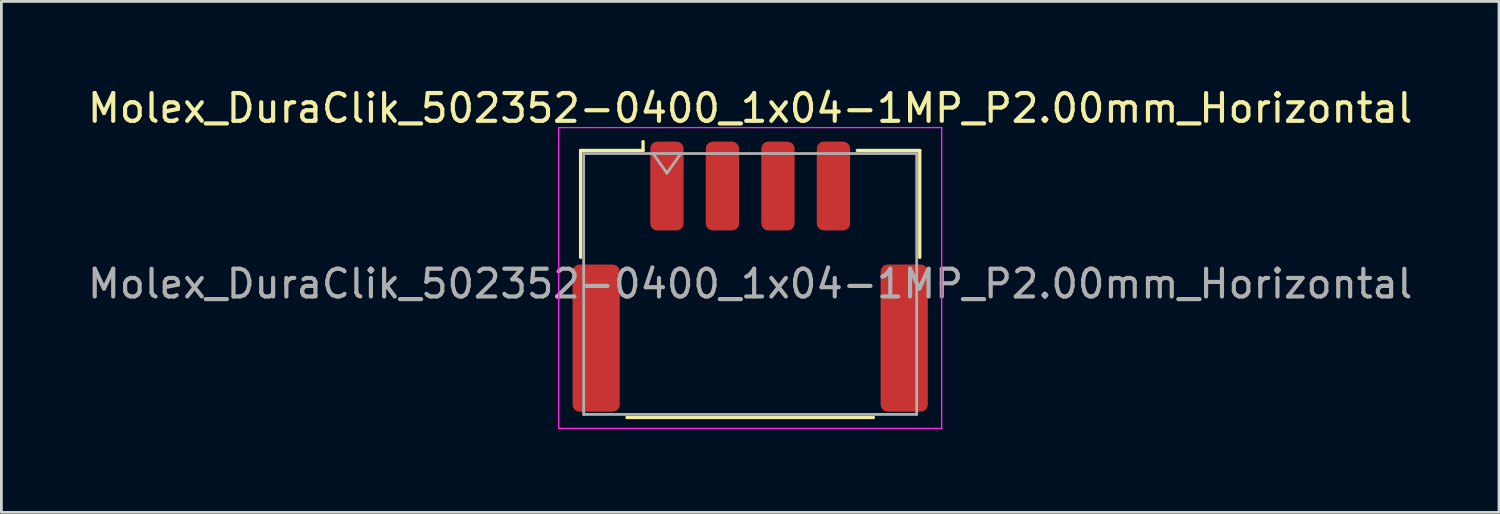
<source format=kicad_pcb>
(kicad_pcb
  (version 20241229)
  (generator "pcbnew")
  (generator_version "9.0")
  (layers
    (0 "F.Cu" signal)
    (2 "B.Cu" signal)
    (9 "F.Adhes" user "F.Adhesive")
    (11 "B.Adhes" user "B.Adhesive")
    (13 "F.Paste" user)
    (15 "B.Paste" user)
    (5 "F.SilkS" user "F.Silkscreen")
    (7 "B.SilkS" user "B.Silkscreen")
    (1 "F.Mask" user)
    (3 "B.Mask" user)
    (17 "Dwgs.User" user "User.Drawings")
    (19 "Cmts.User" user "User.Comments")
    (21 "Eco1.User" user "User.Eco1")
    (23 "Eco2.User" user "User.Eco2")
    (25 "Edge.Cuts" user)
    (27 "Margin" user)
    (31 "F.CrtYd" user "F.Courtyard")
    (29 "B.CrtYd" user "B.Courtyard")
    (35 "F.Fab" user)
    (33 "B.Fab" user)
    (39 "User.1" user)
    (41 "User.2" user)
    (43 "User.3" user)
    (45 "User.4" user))
  (footprint "Molex_DuraClik_502352-0400_1x04-1MP_P2.00mm_Horizontal"
    (layer "F.Cu")
    (at 23.982 6.918)
    (property "Reference" "Molex_DuraClik_502352-0400_1x04-1MP_P2.00mm_Horizontal" (at 0 -6.07 0) (layer "F.SilkS") (effects (font (size 1 1) (thickness 0.15))))
    (attr smd)
    (fp_line (start -6.11 -4.545) (end -3.86 -4.545) (stroke (width 0.12) (type solid)) (layer "F.SilkS"))
    (fp_line (start -6.11 -0.695) (end -6.11 -4.545) (stroke (width 0.12) (type solid)) (layer "F.SilkS"))
    (fp_line (start -4.44 5.075) (end 4.44 5.075) (stroke (width 0.12) (type solid)) (layer "F.SilkS"))
    (fp_line (start -3.86 -4.545) (end -3.86 -4.865) (stroke (width 0.12) (type solid)) (layer "F.SilkS"))
    (fp_line (start 6.11 -4.545) (end 3.86 -4.545) (stroke (width 0.12) (type solid)) (layer "F.SilkS"))
    (fp_line (start 6.11 -0.695) (end 6.11 -4.545) (stroke (width 0.12) (type solid)) (layer "F.SilkS"))
    (fp_line (start -6.9 -5.37) (end -6.9 5.47) (stroke (width 0.05) (type solid)) (layer "F.CrtYd"))
    (fp_line (start -6.9 5.47) (end 6.9 5.47) (stroke (width 0.05) (type solid)) (layer "F.CrtYd"))
    (fp_line (start 6.9 -5.37) (end -6.9 -5.37) (stroke (width 0.05) (type solid)) (layer "F.CrtYd"))
    (fp_line (start 6.9 5.47) (end 6.9 -5.37) (stroke (width 0.05) (type solid)) (layer "F.CrtYd"))
    (fp_line (start -6 -4.435) (end -6 4.965) (stroke (width 0.1) (type solid)) (layer "F.Fab"))
    (fp_line (start -6 -4.435) (end 6 -4.435) (stroke (width 0.1) (type solid)) (layer "F.Fab"))
    (fp_line (start -6 4.965) (end 6 4.965) (stroke (width 0.1) (type solid)) (layer "F.Fab"))
    (fp_line (start -3.5 -4.435) (end -3 -3.728) (stroke (width 0.1) (type solid)) (layer "F.Fab"))
    (fp_line (start -3 -3.728) (end -2.5 -4.435) (stroke (width 0.1) (type solid)) (layer "F.Fab"))
    (fp_line (start 6 -4.435) (end 6 4.965) (stroke (width 0.1) (type solid)) (layer "F.Fab"))
    (fp_text user "${REFERENCE}" (at 0 0.26 0) (layer "F.Fab") (effects (font (size 1 1) (thickness 0.15))))
    (pad "1" smd roundrect (at -3 -3.265) (size 1.2 3.2) (layers "F.Cu" "F.Mask" "F.Paste") (roundrect_rratio 0.208))
    (pad "2" smd roundrect (at -1 -3.265) (size 1.2 3.2) (layers "F.Cu" "F.Mask" "F.Paste") (roundrect_rratio 0.208))
    (pad "3" smd roundrect (at 1 -3.265) (size 1.2 3.2) (layers "F.Cu" "F.Mask" "F.Paste") (roundrect_rratio 0.208))
    (pad "4" smd roundrect (at 3 -3.265) (size 1.2 3.2) (layers "F.Cu" "F.Mask" "F.Paste") (roundrect_rratio 0.208))
    (pad "MP" smd roundrect (at -5.55 2.215) (size 1.7 5.3) (layers "F.Cu" "F.Mask" "F.Paste") (roundrect_rratio 0.147))
    (pad "MP" smd roundrect (at 5.55 2.215) (size 1.7 5.3) (layers "F.Cu" "F.Mask" "F.Paste") (roundrect_rratio 0.147)))
  (gr_rect
    (start -3 -3)
    (end 50.964 15.413)
    (stroke (width 0.1) (type default))
    (fill no)
    (layer "Edge.Cuts")))
</source>
